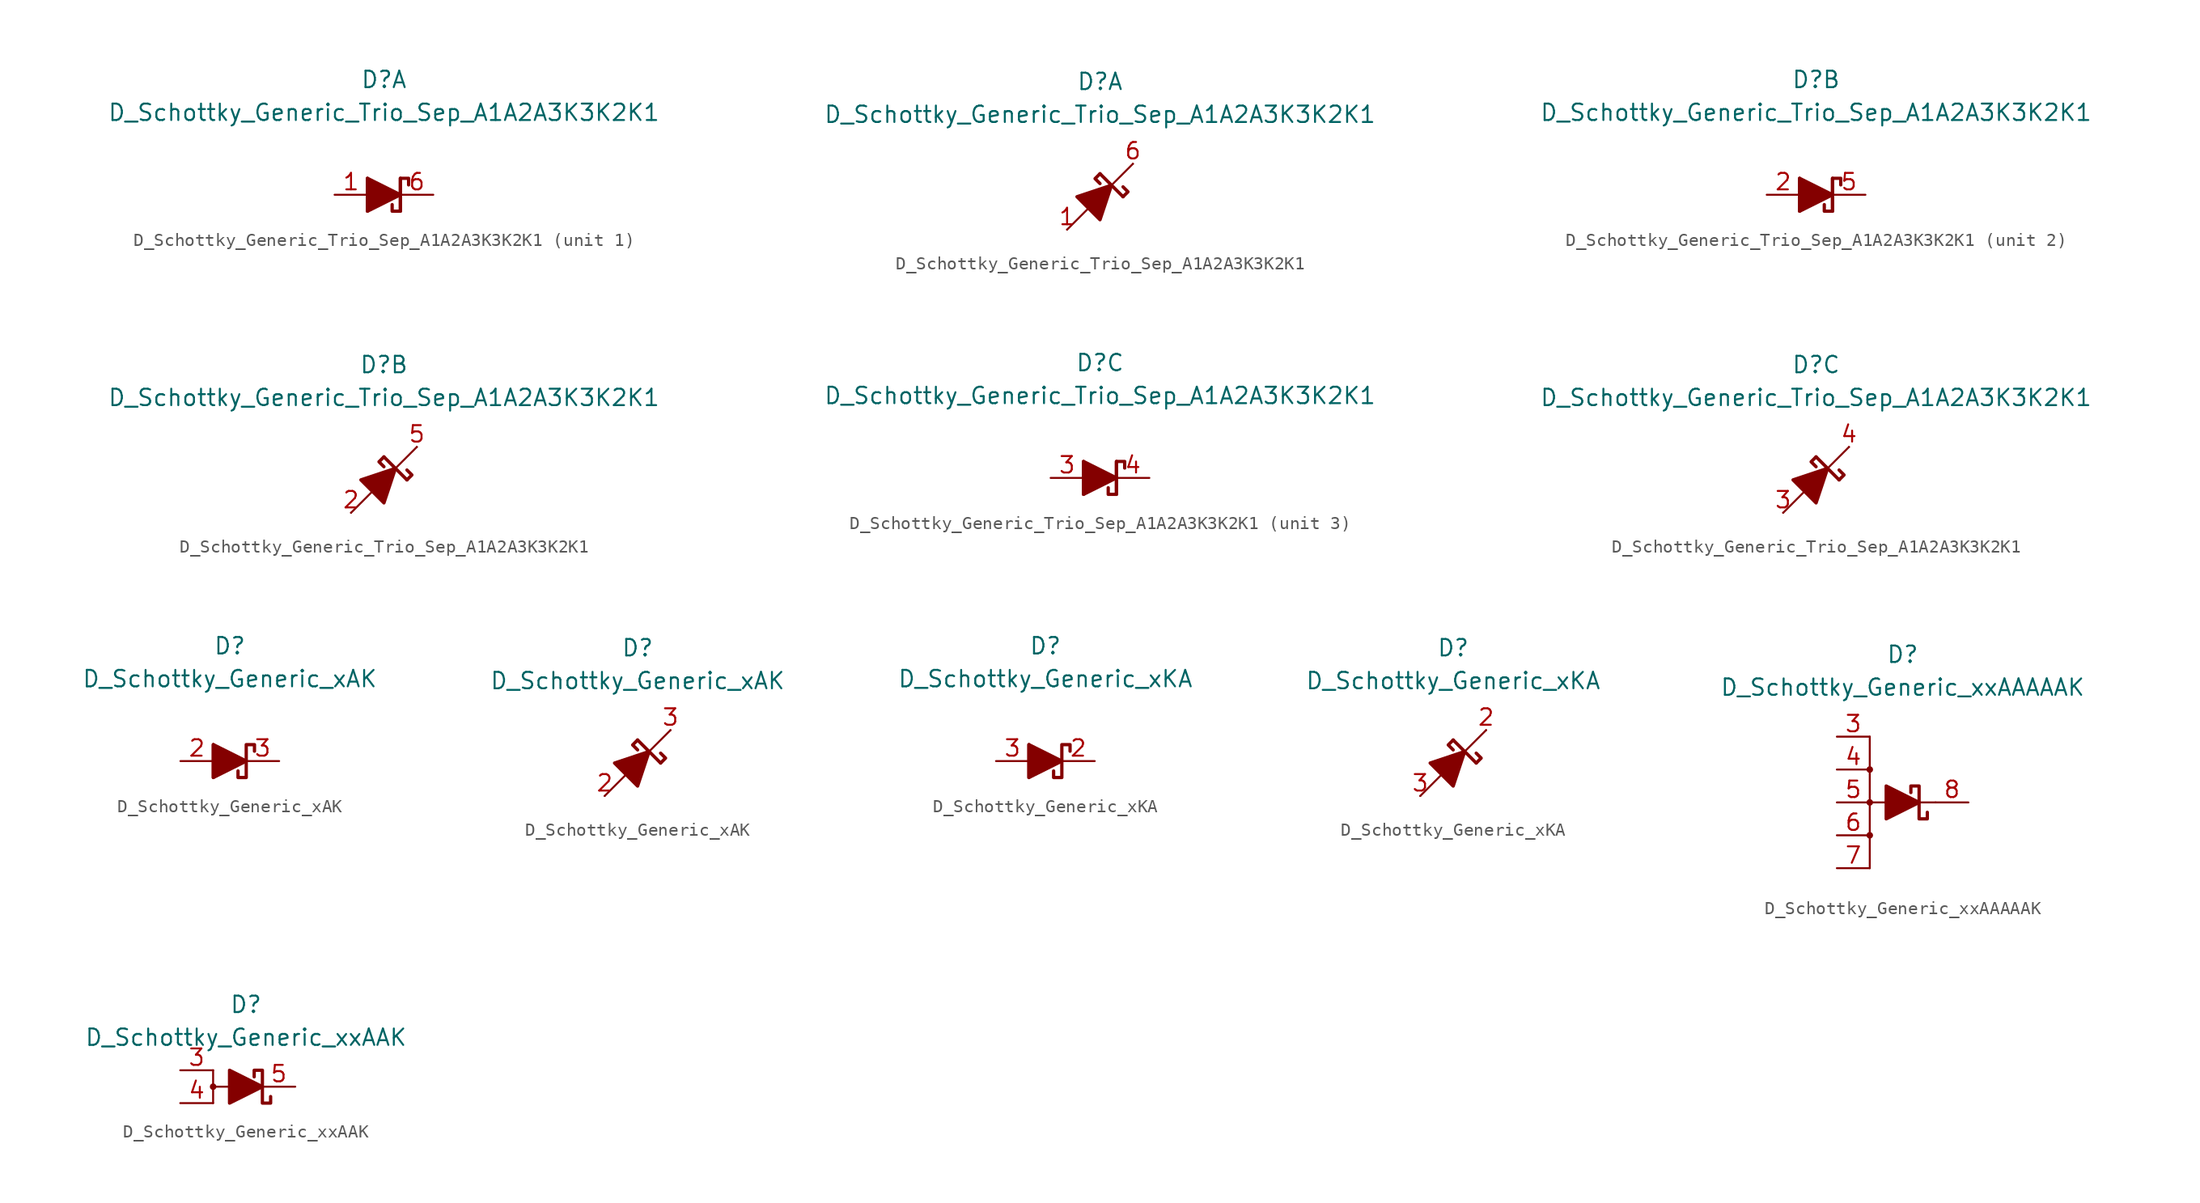
<source format=kicad_sym>
(kicad_symbol_lib
  (version 20231120)
  (generator "kicad_symbol_editor")
  (generator_version "8.0")
  (symbol "D_Schottky_Generic_Trio_Sep_A1A2A3K3K2K1"
    (pin_names
      (offset 1.016) hide)
    (property "Reference" "D"
      (at 0 8.89 0)
      (effects (font (size 1.27 1.27))))
    (property "Value" "D_Schottky_Generic_Trio_Sep_A1A2A3K3K2K1"
      (at 0 6.35 0)
      (effects (font (size 1.27 1.27))))
    (property "ki_locked" ""
      (at 0 0 0)
      (effects (font (size 1.27 1.27))))
    (symbol "D_Schottky_Generic_Trio_Sep_A1A2A3K3K2K1_0_1"
      (polyline (pts (xy -1.27 1.27) (xy -1.27 -1.27)) (stroke (width 0.254) (type default)) (fill (type none))))
    (symbol "D_Schottky_Generic_Trio_Sep_A1A2A3K3K2K1_0_2"
      (polyline (pts (xy -2.54 -2.54) (xy 2.54 2.54)) (stroke (width 0) (type default)) (fill (type none)))
      (polyline (pts (xy 0 1.778) (xy 1.778 0)) (stroke (width 0.254) (type default)) (fill (type none)))
      (polyline (pts (xy 0 1.778) (xy -0.381 1.397) (xy 0 1.016)) (stroke (width 0.254) (type default)) (fill (type none)))
      (polyline (pts (xy 1.778 0) (xy 2.159 0.381) (xy 1.778 0.762)) (stroke (width 0.254) (type default)) (fill (type none)))
      (polyline (pts (xy -0.889 -0.889) (xy -1.778 0) (xy 0.889 0.889) (xy 0 -1.778) (xy -0.889 -0.889)) (stroke (width 0.254) (type default)) (fill (type outline))))
    (symbol "D_Schottky_Generic_Trio_Sep_A1A2A3K3K2K1_1_1"
      (polyline (pts (xy -1.27 0) (xy 1.27 0)) (stroke (width 0) (type default)) (fill (type none)))
      (polyline (pts (xy 1.27 1.27) (xy 1.27 -1.27)) (stroke (width 0.254) (type default)) (fill (type none)))
      (polyline (pts (xy -1.27 -1.27) (xy -1.27 1.27) (xy 1.27 0) (xy -1.27 -1.27)) (stroke (width 0.254) (type default)) (fill (type outline)))
      (polyline (pts (xy 1.905 0.762) (xy 1.905 1.27) (xy 1.27 1.27) (xy 1.27 -1.27) (xy 0.635 -1.27) (xy 0.635 -0.762)) (stroke (width 0.254) (type default)) (fill (type none)))
      (pin passive line (at -3.81 0 0) (length 2.54) (name "A1" (effects (font (size 1.27 1.27)))) (number "1" (effects (font (size 1.27 1.27)))))
      (pin passive line (at 3.81 0 180) (length 2.54) (name "K1" (effects (font (size 1.27 1.27)))) (number "6" (effects (font (size 1.27 1.27))))))
    (symbol "D_Schottky_Generic_Trio_Sep_A1A2A3K3K2K1_1_2"
      (pin passive line (at -2.54 -2.54 0) (length 0) (name "A" (effects (font (size 1.27 1.27)))) (number "1" (effects (font (size 1.27 1.27)))))
      (pin passive line (at 2.54 2.54 180) (length 0) (name "K" (effects (font (size 1.27 1.27)))) (number "6" (effects (font (size 1.27 1.27))))))
    (symbol "D_Schottky_Generic_Trio_Sep_A1A2A3K3K2K1_2_1"
      (polyline (pts (xy -1.27 0) (xy 1.27 0)) (stroke (width 0) (type default)) (fill (type none)))
      (polyline (pts (xy 1.27 1.27) (xy 1.27 -1.27)) (stroke (width 0.254) (type default)) (fill (type none)))
      (polyline (pts (xy -1.27 -1.27) (xy -1.27 1.27) (xy 1.27 0) (xy -1.27 -1.27)) (stroke (width 0.254) (type default)) (fill (type outline)))
      (polyline (pts (xy 1.905 0.762) (xy 1.905 1.27) (xy 1.27 1.27) (xy 1.27 -1.27) (xy 0.635 -1.27) (xy 0.635 -0.762)) (stroke (width 0.254) (type default)) (fill (type none)))
      (pin passive line (at -3.81 0 0) (length 2.54) (name "A2" (effects (font (size 1.27 1.27)))) (number "2" (effects (font (size 1.27 1.27)))))
      (pin passive line (at 3.81 0 180) (length 2.54) (name "K2" (effects (font (size 1.27 1.27)))) (number "5" (effects (font (size 1.27 1.27))))))
    (symbol "D_Schottky_Generic_Trio_Sep_A1A2A3K3K2K1_2_2"
      (pin passive line (at -2.54 -2.54 0) (length 0) (name "A2" (effects (font (size 1.27 1.27)))) (number "2" (effects (font (size 1.27 1.27)))))
      (pin passive line (at 2.54 2.54 180) (length 0) (name "K2" (effects (font (size 1.27 1.27)))) (number "5" (effects (font (size 1.27 1.27))))))
    (symbol "D_Schottky_Generic_Trio_Sep_A1A2A3K3K2K1_3_1"
      (polyline (pts (xy -1.27 0) (xy 1.27 0)) (stroke (width 0) (type default)) (fill (type none)))
      (polyline (pts (xy 1.27 1.27) (xy 1.27 -1.27)) (stroke (width 0.254) (type default)) (fill (type none)))
      (polyline (pts (xy -1.27 -1.27) (xy -1.27 1.27) (xy 1.27 0) (xy -1.27 -1.27)) (stroke (width 0.254) (type default)) (fill (type outline)))
      (polyline (pts (xy 1.905 0.762) (xy 1.905 1.27) (xy 1.27 1.27) (xy 1.27 -1.27) (xy 0.635 -1.27) (xy 0.635 -0.762)) (stroke (width 0.254) (type default)) (fill (type none)))
      (pin passive line (at -3.81 0 0) (length 2.54) (name "A3" (effects (font (size 1.27 1.27)))) (number "3" (effects (font (size 1.27 1.27)))))
      (pin passive line (at 3.81 0 180) (length 2.54) (name "K3" (effects (font (size 1.27 1.27)))) (number "4" (effects (font (size 1.27 1.27))))))
    (symbol "D_Schottky_Generic_Trio_Sep_A1A2A3K3K2K1_3_2"
      (pin passive line (at -2.54 -2.54 0) (length 0) (name "A3" (effects (font (size 1.27 1.27)))) (number "3" (effects (font (size 1.27 1.27)))))
      (pin passive line (at 2.54 2.54 180) (length 0) (name "K3" (effects (font (size 1.27 1.27)))) (number "4" (effects (font (size 1.27 1.27)))))))
  (symbol "D_Schottky_Generic_xAK"
    (pin_names
      (offset 1.016) hide)
    (property "Reference" "D"
      (at 0 8.89 0)
      (effects (font (size 1.27 1.27))))
    (property "Value" "D_Schottky_Generic_xAK"
      (at 0 6.35 0)
      (effects (font (size 1.27 1.27))))
    (symbol "D_Schottky_Generic_xAK_0_1"
      (polyline (pts (xy -1.27 0) (xy 1.27 0)) (stroke (width 0) (type default)) (fill (type none)))
      (polyline (pts (xy -1.27 1.27) (xy -1.27 -1.27)) (stroke (width 0.254) (type default)) (fill (type none)))
      (polyline (pts (xy -1.27 -1.27) (xy -1.27 1.27) (xy 1.27 0) (xy -1.27 -1.27)) (stroke (width 0.254) (type default)) (fill (type outline))))
    (symbol "D_Schottky_Generic_xAK_0_2"
      (polyline (pts (xy -2.54 -2.54) (xy 2.54 2.54)) (stroke (width 0) (type default)) (fill (type none)))
      (polyline (pts (xy 0 1.778) (xy 1.778 0)) (stroke (width 0.254) (type default)) (fill (type none)))
      (polyline (pts (xy 0 1.778) (xy -0.381 1.397) (xy 0 1.016)) (stroke (width 0.254) (type default)) (fill (type none)))
      (polyline (pts (xy 1.778 0) (xy 2.159 0.381) (xy 1.778 0.762)) (stroke (width 0.254) (type default)) (fill (type none)))
      (polyline (pts (xy -0.889 -0.889) (xy -1.778 0) (xy 0.889 0.889) (xy 0 -1.778) (xy -0.889 -0.889)) (stroke (width 0.254) (type default)) (fill (type outline))))
    (symbol "D_Schottky_Generic_xAK_1_1"
      (polyline (pts (xy 1.905 0.762) (xy 1.905 1.27) (xy 1.27 1.27) (xy 1.27 -1.27) (xy 0.635 -1.27) (xy 0.635 -0.762)) (stroke (width 0.254) (type default)) (fill (type none)))
      (pin free line (at 0 0 0) (length 2.54) hide (name "NC" (effects (font (size 1.27 1.27)))) (number "1" (effects (font (size 1.27 1.27)))))
      (pin passive line (at -3.81 0 0) (length 2.54) (name "A" (effects (font (size 1.27 1.27)))) (number "2" (effects (font (size 1.27 1.27)))))
      (pin passive line (at 3.81 0 180) (length 2.54) (name "K" (effects (font (size 1.27 1.27)))) (number "3" (effects (font (size 1.27 1.27))))))
    (symbol "D_Schottky_Generic_xAK_1_2"
      (pin free line (at 0 0 0) (length 2.54) hide (name "NC" (effects (font (size 1.27 1.27)))) (number "1" (effects (font (size 1.27 1.27)))))
      (pin passive line (at -2.54 -2.54 0) (length 0) (name "A" (effects (font (size 1.27 1.27)))) (number "2" (effects (font (size 1.27 1.27)))))
      (pin passive line (at 2.54 2.54 180) (length 0) (name "K" (effects (font (size 1.27 1.27)))) (number "3" (effects (font (size 1.27 1.27)))))))
  (symbol "D_Schottky_Generic_xKA"
    (pin_names
      (offset 1.016) hide)
    (property "Reference" "D"
      (at 0 8.89 0)
      (effects (font (size 1.27 1.27))))
    (property "Value" "D_Schottky_Generic_xKA"
      (at 0 6.35 0)
      (effects (font (size 1.27 1.27))))
    (symbol "D_Schottky_Generic_xKA_0_1"
      (polyline (pts (xy -1.27 0) (xy 1.27 0)) (stroke (width 0) (type default)) (fill (type none)))
      (polyline (pts (xy -1.27 1.27) (xy -1.27 -1.27)) (stroke (width 0.254) (type default)) (fill (type none)))
      (polyline (pts (xy -1.27 -1.27) (xy -1.27 1.27) (xy 1.27 0) (xy -1.27 -1.27)) (stroke (width 0.254) (type default)) (fill (type outline))))
    (symbol "D_Schottky_Generic_xKA_0_2"
      (polyline (pts (xy -2.54 -2.54) (xy 2.54 2.54)) (stroke (width 0) (type default)) (fill (type none)))
      (polyline (pts (xy 0 1.778) (xy 1.778 0)) (stroke (width 0.254) (type default)) (fill (type none)))
      (polyline (pts (xy 0 1.778) (xy -0.381 1.397) (xy 0 1.016)) (stroke (width 0.254) (type default)) (fill (type none)))
      (polyline (pts (xy 1.778 0) (xy 2.159 0.381) (xy 1.778 0.762)) (stroke (width 0.254) (type default)) (fill (type none)))
      (polyline (pts (xy -0.889 -0.889) (xy -1.778 0) (xy 0.889 0.889) (xy 0 -1.778) (xy -0.889 -0.889)) (stroke (width 0.254) (type default)) (fill (type outline))))
    (symbol "D_Schottky_Generic_xKA_1_1"
      (polyline (pts (xy 1.905 0.762) (xy 1.905 1.27) (xy 1.27 1.27) (xy 1.27 -1.27) (xy 0.635 -1.27) (xy 0.635 -0.762)) (stroke (width 0.254) (type default)) (fill (type none)))
      (pin free line (at 0 0 0) (length 2.54) hide (name "NC" (effects (font (size 1.27 1.27)))) (number "1" (effects (font (size 1.27 1.27)))))
      (pin passive line (at 3.81 0 180) (length 2.54) (name "K" (effects (font (size 1.27 1.27)))) (number "2" (effects (font (size 1.27 1.27)))))
      (pin passive line (at -3.81 0 0) (length 2.54) (name "A" (effects (font (size 1.27 1.27)))) (number "3" (effects (font (size 1.27 1.27))))))
    (symbol "D_Schottky_Generic_xKA_1_2"
      (pin free line (at 0 0 0) (length 2.54) hide (name "NC" (effects (font (size 1.27 1.27)))) (number "1" (effects (font (size 1.27 1.27)))))
      (pin passive line (at 2.54 2.54 180) (length 0) (name "K" (effects (font (size 1.27 1.27)))) (number "2" (effects (font (size 1.27 1.27)))))
      (pin passive line (at -2.54 -2.54 0) (length 0) (name "A" (effects (font (size 1.27 1.27)))) (number "3" (effects (font (size 1.27 1.27)))))))
  (symbol "D_Schottky_Generic_xxAAAAAK"
    (pin_names
      (offset 1.016) hide)
    (property "Reference" "D"
      (at 0 11.43 0)
      (effects (font (size 1.27 1.27))))
    (property "Value" "D_Schottky_Generic_xxAAAAAK"
      (at 0 8.89 0)
      (effects (font (size 1.27 1.27))))
    (symbol "D_Schottky_Generic_xxAAAAAK_0_1"
      (circle (center -2.54 0) (radius 0.178) (stroke (width 0) (type default)) (fill (type outline)))
      (polyline (pts (xy -2.54 -5.08) (xy -2.54 -2.54)) (stroke (width 0) (type default)) (fill (type none)))
      (polyline (pts (xy -2.54 -2.54) (xy -2.54 0)) (stroke (width 0.152) (type default)) (fill (type none)))
      (polyline (pts (xy -2.54 2.54) (xy -2.54 0)) (stroke (width 0) (type default)) (fill (type none)))
      (polyline (pts (xy -2.54 2.54) (xy -2.54 5.08)) (stroke (width 0) (type default)) (fill (type none)))
      (polyline (pts (xy -1.27 0) (xy -2.54 0)) (stroke (width 0) (type default)) (fill (type none)))
      (polyline (pts (xy -1.27 0) (xy 1.27 0)) (stroke (width 0) (type default)) (fill (type none)))
      (polyline (pts (xy -1.27 -1.27) (xy -1.27 1.27) (xy 1.27 0) (xy -1.27 -1.27)) (stroke (width 0.254) (type default)) (fill (type outline))))
    (symbol "D_Schottky_Generic_xxAAAAAK_1_1"
      (circle (center -2.54 -2.54) (radius 0.178) (stroke (width 0) (type default)) (fill (type outline)))
      (circle (center -2.54 2.54) (radius 0.178) (stroke (width 0) (type default)) (fill (type outline)))
      (polyline (pts (xy 1.27 0) (xy 2.54 0)) (stroke (width 0) (type default)) (fill (type none)))
      (polyline (pts (xy 1.905 -0.762) (xy 1.905 -1.27) (xy 1.27 -1.27) (xy 1.27 1.27) (xy 0.635 1.27) (xy 0.635 0.762)) (stroke (width 0.254) (type default)) (fill (type none)))
      (pin free line (at 0 0 180) (length 2.54) hide (name "NC" (effects (font (size 1.27 1.27)))) (number "1" (effects (font (size 1.27 1.27)))))
      (pin free line (at 0 0 0) (length 2.54) hide (name "NC" (effects (font (size 1.27 1.27)))) (number "2" (effects (font (size 1.27 1.27)))))
      (pin passive line (at -5.08 5.08 0) (length 2.54) (name "A" (effects (font (size 1.27 1.27)))) (number "3" (effects (font (size 1.27 1.27)))))
      (pin passive line (at -5.08 2.54 0) (length 2.54) (name "A" (effects (font (size 1.27 1.27)))) (number "4" (effects (font (size 1.27 1.27)))))
      (pin passive line (at -5.08 0 0) (length 2.54) (name "A" (effects (font (size 1.27 1.27)))) (number "5" (effects (font (size 1.27 1.27)))))
      (pin passive line (at -5.08 -2.54 0) (length 2.54) (name "A" (effects (font (size 1.27 1.27)))) (number "6" (effects (font (size 1.27 1.27)))))
      (pin passive line (at -5.08 -5.08 0) (length 2.54) (name "A" (effects (font (size 1.27 1.27)))) (number "7" (effects (font (size 1.27 1.27)))))
      (pin passive line (at 5.08 0 180) (length 2.54) (name "K" (effects (font (size 1.27 1.27)))) (number "8" (effects (font (size 1.27 1.27)))))))
  (symbol "D_Schottky_Generic_xxAAK"
    (pin_names
      (offset 1.016) hide)
    (property "Reference" "D"
      (at 0 6.35 0)
      (effects (font (size 1.27 1.27))))
    (property "Value" "D_Schottky_Generic_xxAAK"
      (at 0 3.81 0)
      (effects (font (size 1.27 1.27))))
    (symbol "D_Schottky_Generic_xxAAK_0_1"
      (circle (center -2.54 0) (radius 0.178) (stroke (width 0) (type default)) (fill (type outline)))
      (polyline (pts (xy -2.54 1.27) (xy -2.54 -1.27)) (stroke (width 0) (type default)) (fill (type none)))
      (polyline (pts (xy -1.27 0) (xy -2.54 0)) (stroke (width 0) (type default)) (fill (type none)))
      (polyline (pts (xy -1.27 0) (xy 1.27 0)) (stroke (width 0) (type default)) (fill (type none)))
      (polyline (pts (xy -1.27 -1.27) (xy -1.27 1.27) (xy 1.27 0) (xy -1.27 -1.27)) (stroke (width 0.254) (type default)) (fill (type outline))))
    (symbol "D_Schottky_Generic_xxAAK_1_1"
      (polyline (pts (xy 1.905 -0.762) (xy 1.905 -1.27) (xy 1.27 -1.27) (xy 1.27 1.27) (xy 0.635 1.27) (xy 0.635 0.762)) (stroke (width 0.254) (type default)) (fill (type none)))
      (pin free line (at 0 0 180) (length 2.54) hide (name "NC" (effects (font (size 1.27 1.27)))) (number "1" (effects (font (size 1.27 1.27)))))
      (pin free line (at -1.27 0 0) (length 2.54) hide (name "NC" (effects (font (size 1.27 1.27)))) (number "2" (effects (font (size 1.27 1.27)))))
      (pin passive line (at -5.08 1.27 0) (length 2.54) (name "A" (effects (font (size 1.27 1.27)))) (number "3" (effects (font (size 1.27 1.27)))))
      (pin passive line (at -5.08 -1.27 0) (length 2.54) (name "A" (effects (font (size 1.27 1.27)))) (number "4" (effects (font (size 1.27 1.27)))))
      (pin passive line (at 3.81 0 180) (length 2.54) (name "K" (effects (font (size 1.27 1.27)))) (number "5" (effects (font (size 1.27 1.27))))))))
</source>
